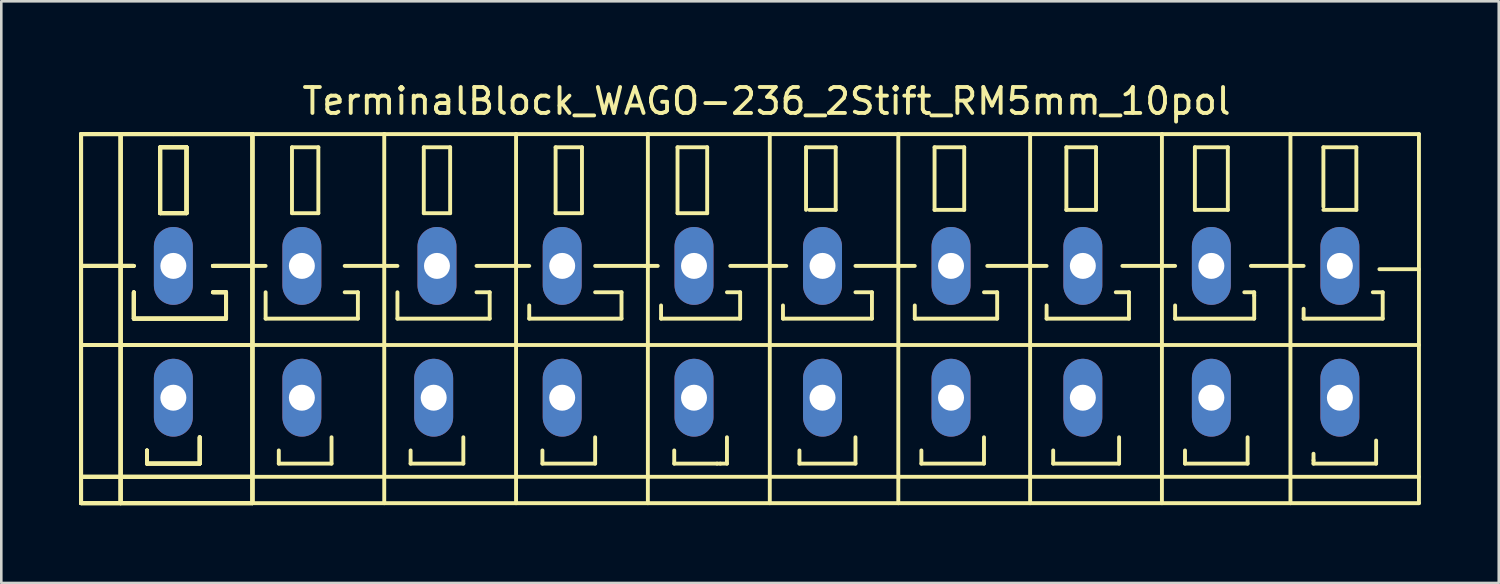
<source format=kicad_pcb>
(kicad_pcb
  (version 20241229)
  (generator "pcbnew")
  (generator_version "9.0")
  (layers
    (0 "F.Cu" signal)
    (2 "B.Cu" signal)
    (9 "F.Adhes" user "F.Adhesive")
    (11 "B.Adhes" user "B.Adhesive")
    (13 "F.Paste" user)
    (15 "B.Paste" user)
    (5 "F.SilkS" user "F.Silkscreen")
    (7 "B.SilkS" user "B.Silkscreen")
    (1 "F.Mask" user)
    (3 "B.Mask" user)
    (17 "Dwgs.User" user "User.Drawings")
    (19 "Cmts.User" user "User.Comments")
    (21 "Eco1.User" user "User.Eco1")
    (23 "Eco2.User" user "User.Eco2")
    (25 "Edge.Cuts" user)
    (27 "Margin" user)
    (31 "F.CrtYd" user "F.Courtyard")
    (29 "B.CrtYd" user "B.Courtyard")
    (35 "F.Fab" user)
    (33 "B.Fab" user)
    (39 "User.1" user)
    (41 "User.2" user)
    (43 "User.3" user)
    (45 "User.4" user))
  (footprint "TerminalBlock_WAGO-236_2Stift_RM5mm_10pol"
    (layer "F.Cu")
    (at 26.491 9.738)
    (property "Reference" "TerminalBlock_WAGO-236_2Stift_RM5mm_10pol" (at 0 -8.89 0) (layer "F.SilkS") (effects (font (size 1 1) (thickness 0.15))))
    (attr through_hole)
    (fp_line (start -26.416 -7.62) (end -24.892 -7.62) (stroke (width 0.15) (type solid)) (layer "F.SilkS"))
    (fp_line (start -26.416 -7.62) (end -24.892 -7.62) (stroke (width 0.15) (type solid)) (layer "F.SilkS"))
    (fp_line (start -26.416 -7.62) (end -24.892 -7.62) (stroke (width 0.15) (type solid)) (layer "F.SilkS"))
    (fp_line (start -26.416 -7.62) (end -24.892 -7.62) (stroke (width 0.15) (type solid)) (layer "F.SilkS"))
    (fp_line (start -26.416 -2.54) (end -24.384 -2.54) (stroke (width 0.15) (type solid)) (layer "F.SilkS"))
    (fp_line (start -26.416 -2.54) (end -24.384 -2.54) (stroke (width 0.15) (type solid)) (layer "F.SilkS"))
    (fp_line (start -26.416 -2.54) (end -24.384 -2.54) (stroke (width 0.15) (type solid)) (layer "F.SilkS"))
    (fp_line (start -26.416 -2.54) (end -24.384 -2.54) (stroke (width 0.15) (type solid)) (layer "F.SilkS"))
    (fp_line (start -26.416 0.508) (end -19.812 0.508) (stroke (width 0.15) (type solid)) (layer "F.SilkS"))
    (fp_line (start -26.416 0.508) (end -19.812 0.508) (stroke (width 0.15) (type solid)) (layer "F.SilkS"))
    (fp_line (start -26.416 0.508) (end -19.812 0.508) (stroke (width 0.15) (type solid)) (layer "F.SilkS"))
    (fp_line (start -26.416 0.508) (end -19.812 0.508) (stroke (width 0.15) (type solid)) (layer "F.SilkS"))
    (fp_line (start -26.416 5.588) (end -19.812 5.588) (stroke (width 0.15) (type solid)) (layer "F.SilkS"))
    (fp_line (start -26.416 5.588) (end -19.812 5.588) (stroke (width 0.15) (type solid)) (layer "F.SilkS"))
    (fp_line (start -26.416 5.588) (end -19.812 5.588) (stroke (width 0.15) (type solid)) (layer "F.SilkS"))
    (fp_line (start -26.416 5.588) (end -19.812 5.588) (stroke (width 0.15) (type solid)) (layer "F.SilkS"))
    (fp_line (start -26.416 6.604) (end -26.416 -7.62) (stroke (width 0.15) (type solid)) (layer "F.SilkS"))
    (fp_line (start -26.416 6.604) (end -26.416 -7.62) (stroke (width 0.15) (type solid)) (layer "F.SilkS"))
    (fp_line (start -26.416 6.604) (end -26.416 -7.62) (stroke (width 0.15) (type solid)) (layer "F.SilkS"))
    (fp_line (start -26.416 6.604) (end -26.416 -7.62) (stroke (width 0.15) (type solid)) (layer "F.SilkS"))
    (fp_line (start -24.892 -7.62) (end -22.86 -7.62) (stroke (width 0.15) (type solid)) (layer "F.SilkS"))
    (fp_line (start -24.892 -7.62) (end -22.86 -7.62) (stroke (width 0.15) (type solid)) (layer "F.SilkS"))
    (fp_line (start -24.892 -7.62) (end -22.86 -7.62) (stroke (width 0.15) (type solid)) (layer "F.SilkS"))
    (fp_line (start -24.892 -7.62) (end -22.86 -7.62) (stroke (width 0.15) (type solid)) (layer "F.SilkS"))
    (fp_line (start -24.892 6.604) (end -26.416 6.604) (stroke (width 0.15) (type solid)) (layer "F.SilkS"))
    (fp_line (start -24.892 6.604) (end -26.416 6.604) (stroke (width 0.15) (type solid)) (layer "F.SilkS"))
    (fp_line (start -24.892 6.604) (end -26.416 6.604) (stroke (width 0.15) (type solid)) (layer "F.SilkS"))
    (fp_line (start -24.892 6.604) (end -26.416 6.604) (stroke (width 0.15) (type solid)) (layer "F.SilkS"))
    (fp_line (start -24.892 6.604) (end -24.892 -7.62) (stroke (width 0.15) (type solid)) (layer "F.SilkS"))
    (fp_line (start -24.892 6.604) (end -24.892 -7.62) (stroke (width 0.15) (type solid)) (layer "F.SilkS"))
    (fp_line (start -24.892 6.604) (end -24.892 -7.62) (stroke (width 0.15) (type solid)) (layer "F.SilkS"))
    (fp_line (start -24.892 6.604) (end -24.892 -7.62) (stroke (width 0.15) (type solid)) (layer "F.SilkS"))
    (fp_line (start -24.384 -1.524) (end -24.384 -0.508) (stroke (width 0.15) (type solid)) (layer "F.SilkS"))
    (fp_line (start -24.384 -1.524) (end -24.384 -0.508) (stroke (width 0.15) (type solid)) (layer "F.SilkS"))
    (fp_line (start -24.384 -1.524) (end -24.384 -0.508) (stroke (width 0.15) (type solid)) (layer "F.SilkS"))
    (fp_line (start -24.384 -1.524) (end -24.384 -0.508) (stroke (width 0.15) (type solid)) (layer "F.SilkS"))
    (fp_line (start -24.384 -0.508) (end -20.828 -0.508) (stroke (width 0.15) (type solid)) (layer "F.SilkS"))
    (fp_line (start -24.384 -0.508) (end -20.828 -0.508) (stroke (width 0.15) (type solid)) (layer "F.SilkS"))
    (fp_line (start -24.384 -0.508) (end -20.828 -0.508) (stroke (width 0.15) (type solid)) (layer "F.SilkS"))
    (fp_line (start -24.384 -0.508) (end -20.828 -0.508) (stroke (width 0.15) (type solid)) (layer "F.SilkS"))
    (fp_line (start -23.876 4.572) (end -23.876 5.08) (stroke (width 0.15) (type solid)) (layer "F.SilkS"))
    (fp_line (start -23.876 4.572) (end -23.876 5.08) (stroke (width 0.15) (type solid)) (layer "F.SilkS"))
    (fp_line (start -23.876 4.572) (end -23.876 5.08) (stroke (width 0.15) (type solid)) (layer "F.SilkS"))
    (fp_line (start -23.876 4.572) (end -23.876 5.08) (stroke (width 0.15) (type solid)) (layer "F.SilkS"))
    (fp_line (start -23.876 5.08) (end -21.844 5.08) (stroke (width 0.15) (type solid)) (layer "F.SilkS"))
    (fp_line (start -23.876 5.08) (end -21.844 5.08) (stroke (width 0.15) (type solid)) (layer "F.SilkS"))
    (fp_line (start -23.876 5.08) (end -21.844 5.08) (stroke (width 0.15) (type solid)) (layer "F.SilkS"))
    (fp_line (start -23.876 5.08) (end -21.844 5.08) (stroke (width 0.15) (type solid)) (layer "F.SilkS"))
    (fp_line (start -23.368 -7.112) (end -22.352 -7.112) (stroke (width 0.15) (type solid)) (layer "F.SilkS"))
    (fp_line (start -23.368 -7.112) (end -22.352 -7.112) (stroke (width 0.15) (type solid)) (layer "F.SilkS"))
    (fp_line (start -23.368 -7.112) (end -22.352 -7.112) (stroke (width 0.15) (type solid)) (layer "F.SilkS"))
    (fp_line (start -23.368 -7.112) (end -22.352 -7.112) (stroke (width 0.15) (type solid)) (layer "F.SilkS"))
    (fp_line (start -23.368 -4.572) (end -23.368 -7.112) (stroke (width 0.15) (type solid)) (layer "F.SilkS"))
    (fp_line (start -23.368 -4.572) (end -23.368 -7.112) (stroke (width 0.15) (type solid)) (layer "F.SilkS"))
    (fp_line (start -23.368 -4.572) (end -23.368 -7.112) (stroke (width 0.15) (type solid)) (layer "F.SilkS"))
    (fp_line (start -23.368 -4.572) (end -23.368 -7.112) (stroke (width 0.15) (type solid)) (layer "F.SilkS"))
    (fp_line (start -22.86 -7.62) (end -19.812 -7.62) (stroke (width 0.15) (type solid)) (layer "F.SilkS"))
    (fp_line (start -22.86 -7.62) (end -19.812 -7.62) (stroke (width 0.15) (type solid)) (layer "F.SilkS"))
    (fp_line (start -22.86 -7.62) (end -19.812 -7.62) (stroke (width 0.15) (type solid)) (layer "F.SilkS"))
    (fp_line (start -22.86 -7.62) (end -19.812 -7.62) (stroke (width 0.15) (type solid)) (layer "F.SilkS"))
    (fp_line (start -22.352 -7.112) (end -22.352 -4.572) (stroke (width 0.15) (type solid)) (layer "F.SilkS"))
    (fp_line (start -22.352 -7.112) (end -22.352 -4.572) (stroke (width 0.15) (type solid)) (layer "F.SilkS"))
    (fp_line (start -22.352 -7.112) (end -22.352 -4.572) (stroke (width 0.15) (type solid)) (layer "F.SilkS"))
    (fp_line (start -22.352 -7.112) (end -22.352 -4.572) (stroke (width 0.15) (type solid)) (layer "F.SilkS"))
    (fp_line (start -22.352 -4.572) (end -23.368 -4.572) (stroke (width 0.15) (type solid)) (layer "F.SilkS"))
    (fp_line (start -22.352 -4.572) (end -23.368 -4.572) (stroke (width 0.15) (type solid)) (layer "F.SilkS"))
    (fp_line (start -22.352 -4.572) (end -23.368 -4.572) (stroke (width 0.15) (type solid)) (layer "F.SilkS"))
    (fp_line (start -22.352 -4.572) (end -23.368 -4.572) (stroke (width 0.15) (type solid)) (layer "F.SilkS"))
    (fp_line (start -21.844 5.08) (end -21.844 4.064) (stroke (width 0.15) (type solid)) (layer "F.SilkS"))
    (fp_line (start -21.844 5.08) (end -21.844 4.064) (stroke (width 0.15) (type solid)) (layer "F.SilkS"))
    (fp_line (start -21.844 5.08) (end -21.844 4.064) (stroke (width 0.15) (type solid)) (layer "F.SilkS"))
    (fp_line (start -21.844 5.08) (end -21.844 4.064) (stroke (width 0.15) (type solid)) (layer "F.SilkS"))
    (fp_line (start -21.336 -2.54) (end -19.812 -2.54) (stroke (width 0.15) (type solid)) (layer "F.SilkS"))
    (fp_line (start -21.336 -2.54) (end -19.812 -2.54) (stroke (width 0.15) (type solid)) (layer "F.SilkS"))
    (fp_line (start -21.336 -2.54) (end -19.812 -2.54) (stroke (width 0.15) (type solid)) (layer "F.SilkS"))
    (fp_line (start -21.336 -2.54) (end -19.812 -2.54) (stroke (width 0.15) (type solid)) (layer "F.SilkS"))
    (fp_line (start -20.828 -1.524) (end -21.336 -1.524) (stroke (width 0.15) (type solid)) (layer "F.SilkS"))
    (fp_line (start -20.828 -1.524) (end -21.336 -1.524) (stroke (width 0.15) (type solid)) (layer "F.SilkS"))
    (fp_line (start -20.828 -1.524) (end -21.336 -1.524) (stroke (width 0.15) (type solid)) (layer "F.SilkS"))
    (fp_line (start -20.828 -1.524) (end -21.336 -1.524) (stroke (width 0.15) (type solid)) (layer "F.SilkS"))
    (fp_line (start -20.828 -0.508) (end -20.828 -1.524) (stroke (width 0.15) (type solid)) (layer "F.SilkS"))
    (fp_line (start -20.828 -0.508) (end -20.828 -1.524) (stroke (width 0.15) (type solid)) (layer "F.SilkS"))
    (fp_line (start -20.828 -0.508) (end -20.828 -1.524) (stroke (width 0.15) (type solid)) (layer "F.SilkS"))
    (fp_line (start -20.828 -0.508) (end -20.828 -1.524) (stroke (width 0.15) (type solid)) (layer "F.SilkS"))
    (fp_line (start -19.812 -7.62) (end -19.812 6.604) (stroke (width 0.15) (type solid)) (layer "F.SilkS"))
    (fp_line (start -19.812 -7.62) (end -19.812 6.604) (stroke (width 0.15) (type solid)) (layer "F.SilkS"))
    (fp_line (start -19.812 -7.62) (end -19.812 6.604) (stroke (width 0.15) (type solid)) (layer "F.SilkS"))
    (fp_line (start -19.812 -7.62) (end -19.812 6.604) (stroke (width 0.15) (type solid)) (layer "F.SilkS"))
    (fp_line (start -19.812 -2.54) (end -19.304 -2.54) (stroke (width 0.15) (type solid)) (layer "F.SilkS"))
    (fp_line (start -19.812 0.508) (end -14.732 0.508) (stroke (width 0.15) (type solid)) (layer "F.SilkS"))
    (fp_line (start -19.812 5.588) (end -14.732 5.588) (stroke (width 0.15) (type solid)) (layer "F.SilkS"))
    (fp_line (start -19.812 6.604) (end -24.892 6.604) (stroke (width 0.15) (type solid)) (layer "F.SilkS"))
    (fp_line (start -19.812 6.604) (end -24.892 6.604) (stroke (width 0.15) (type solid)) (layer "F.SilkS"))
    (fp_line (start -19.812 6.604) (end -24.892 6.604) (stroke (width 0.15) (type solid)) (layer "F.SilkS"))
    (fp_line (start -19.812 6.604) (end -24.892 6.604) (stroke (width 0.15) (type solid)) (layer "F.SilkS"))
    (fp_line (start -19.812 6.604) (end -14.732 6.604) (stroke (width 0.15) (type solid)) (layer "F.SilkS"))
    (fp_line (start -19.304 -1.524) (end -19.304 -0.508) (stroke (width 0.15) (type solid)) (layer "F.SilkS"))
    (fp_line (start -19.304 -0.508) (end -15.748 -0.508) (stroke (width 0.15) (type solid)) (layer "F.SilkS"))
    (fp_line (start -18.796 4.572) (end -18.796 5.08) (stroke (width 0.15) (type solid)) (layer "F.SilkS"))
    (fp_line (start -18.796 5.08) (end -16.764 5.08) (stroke (width 0.15) (type solid)) (layer "F.SilkS"))
    (fp_line (start -18.288 -7.112) (end -18.288 -4.572) (stroke (width 0.15) (type solid)) (layer "F.SilkS"))
    (fp_line (start -18.288 -4.572) (end -17.272 -4.572) (stroke (width 0.15) (type solid)) (layer "F.SilkS"))
    (fp_line (start -17.272 -7.112) (end -18.288 -7.112) (stroke (width 0.15) (type solid)) (layer "F.SilkS"))
    (fp_line (start -17.272 -4.572) (end -17.272 -7.112) (stroke (width 0.15) (type solid)) (layer "F.SilkS"))
    (fp_line (start -16.764 5.08) (end -16.764 4.064) (stroke (width 0.15) (type solid)) (layer "F.SilkS"))
    (fp_line (start -16.256 -2.54) (end -14.732 -2.54) (stroke (width 0.15) (type solid)) (layer "F.SilkS"))
    (fp_line (start -15.748 -1.524) (end -16.256 -1.524) (stroke (width 0.15) (type solid)) (layer "F.SilkS"))
    (fp_line (start -15.748 -0.508) (end -15.748 -1.524) (stroke (width 0.15) (type solid)) (layer "F.SilkS"))
    (fp_line (start -14.732 -7.62) (end -19.812 -7.62) (stroke (width 0.15) (type solid)) (layer "F.SilkS"))
    (fp_line (start -14.732 -2.54) (end -14.224 -2.54) (stroke (width 0.15) (type solid)) (layer "F.SilkS"))
    (fp_line (start -14.732 0.508) (end -9.652 0.508) (stroke (width 0.15) (type solid)) (layer "F.SilkS"))
    (fp_line (start -14.732 5.588) (end -9.652 5.588) (stroke (width 0.15) (type solid)) (layer "F.SilkS"))
    (fp_line (start -14.732 6.604) (end -14.732 -7.62) (stroke (width 0.15) (type solid)) (layer "F.SilkS"))
    (fp_line (start -14.732 6.604) (end -9.652 6.604) (stroke (width 0.15) (type solid)) (layer "F.SilkS"))
    (fp_line (start -14.224 -1.524) (end -14.224 -0.508) (stroke (width 0.15) (type solid)) (layer "F.SilkS"))
    (fp_line (start -14.224 -0.508) (end -10.668 -0.508) (stroke (width 0.15) (type solid)) (layer "F.SilkS"))
    (fp_line (start -13.716 4.572) (end -13.716 5.08) (stroke (width 0.15) (type solid)) (layer "F.SilkS"))
    (fp_line (start -13.716 5.08) (end -11.684 5.08) (stroke (width 0.15) (type solid)) (layer "F.SilkS"))
    (fp_line (start -13.208 -7.112) (end -13.208 -4.572) (stroke (width 0.15) (type solid)) (layer "F.SilkS"))
    (fp_line (start -13.208 -4.572) (end -12.192 -4.572) (stroke (width 0.15) (type solid)) (layer "F.SilkS"))
    (fp_line (start -12.192 -7.112) (end -13.208 -7.112) (stroke (width 0.15) (type solid)) (layer "F.SilkS"))
    (fp_line (start -12.192 -4.572) (end -12.192 -7.112) (stroke (width 0.15) (type solid)) (layer "F.SilkS"))
    (fp_line (start -11.684 5.08) (end -11.684 4.064) (stroke (width 0.15) (type solid)) (layer "F.SilkS"))
    (fp_line (start -11.176 -2.54) (end -9.652 -2.54) (stroke (width 0.15) (type solid)) (layer "F.SilkS"))
    (fp_line (start -10.668 -1.524) (end -11.176 -1.524) (stroke (width 0.15) (type solid)) (layer "F.SilkS"))
    (fp_line (start -10.668 -0.508) (end -10.668 -1.524) (stroke (width 0.15) (type solid)) (layer "F.SilkS"))
    (fp_line (start -9.652 -7.62) (end -14.732 -7.62) (stroke (width 0.15) (type solid)) (layer "F.SilkS"))
    (fp_line (start -9.652 -2.54) (end -9.144 -2.54) (stroke (width 0.15) (type solid)) (layer "F.SilkS"))
    (fp_line (start -9.652 0.508) (end -4.572 0.508) (stroke (width 0.15) (type solid)) (layer "F.SilkS"))
    (fp_line (start -9.652 5.588) (end -4.572 5.588) (stroke (width 0.15) (type solid)) (layer "F.SilkS"))
    (fp_line (start -9.652 6.604) (end -9.652 -7.62) (stroke (width 0.15) (type solid)) (layer "F.SilkS"))
    (fp_line (start -9.652 6.604) (end -4.572 6.604) (stroke (width 0.15) (type solid)) (layer "F.SilkS"))
    (fp_line (start -9.144 -1.016) (end -9.144 -0.508) (stroke (width 0.15) (type solid)) (layer "F.SilkS"))
    (fp_line (start -9.144 -0.508) (end -5.588 -0.508) (stroke (width 0.15) (type solid)) (layer "F.SilkS"))
    (fp_line (start -8.636 4.572) (end -8.636 5.08) (stroke (width 0.15) (type solid)) (layer "F.SilkS"))
    (fp_line (start -8.636 5.08) (end -6.604 5.08) (stroke (width 0.15) (type solid)) (layer "F.SilkS"))
    (fp_line (start -8.128 -7.112) (end -8.128 -4.572) (stroke (width 0.15) (type solid)) (layer "F.SilkS"))
    (fp_line (start -8.128 -4.572) (end -7.112 -4.572) (stroke (width 0.15) (type solid)) (layer "F.SilkS"))
    (fp_line (start -7.112 -7.112) (end -8.128 -7.112) (stroke (width 0.15) (type solid)) (layer "F.SilkS"))
    (fp_line (start -7.112 -4.572) (end -7.112 -7.112) (stroke (width 0.15) (type solid)) (layer "F.SilkS"))
    (fp_line (start -6.604 -2.54) (end -4.572 -2.54) (stroke (width 0.15) (type solid)) (layer "F.SilkS"))
    (fp_line (start -6.604 5.08) (end -6.604 4.064) (stroke (width 0.15) (type solid)) (layer "F.SilkS"))
    (fp_line (start -5.588 -1.524) (end -6.604 -1.524) (stroke (width 0.15) (type solid)) (layer "F.SilkS"))
    (fp_line (start -5.588 -0.508) (end -5.588 -1.524) (stroke (width 0.15) (type solid)) (layer "F.SilkS"))
    (fp_line (start -4.699 -2.54) (end -4.191 -2.54) (stroke (width 0.15) (type solid)) (layer "F.SilkS"))
    (fp_line (start -4.572 -7.62) (end -9.652 -7.62) (stroke (width 0.15) (type solid)) (layer "F.SilkS"))
    (fp_line (start -4.572 0.508) (end 0.127 0.508) (stroke (width 0.15) (type solid)) (layer "F.SilkS"))
    (fp_line (start -4.572 5.588) (end 0.127 5.588) (stroke (width 0.15) (type solid)) (layer "F.SilkS"))
    (fp_line (start -4.572 6.604) (end -4.572 -7.62) (stroke (width 0.15) (type solid)) (layer "F.SilkS"))
    (fp_line (start -4.572 6.604) (end 0.127 6.604) (stroke (width 0.15) (type solid)) (layer "F.SilkS"))
    (fp_line (start -4.064 -1.016) (end -4.064 -0.508) (stroke (width 0.15) (type solid)) (layer "F.SilkS"))
    (fp_line (start -4.064 -0.508) (end -1.016 -0.508) (stroke (width 0.15) (type solid)) (layer "F.SilkS"))
    (fp_line (start -3.556 4.572) (end -3.556 5.08) (stroke (width 0.15) (type solid)) (layer "F.SilkS"))
    (fp_line (start -3.556 5.08) (end -1.905 5.08) (stroke (width 0.15) (type solid)) (layer "F.SilkS"))
    (fp_line (start -3.429 -7.112) (end -2.286 -7.112) (stroke (width 0.15) (type solid)) (layer "F.SilkS"))
    (fp_line (start -3.429 -4.572) (end -3.429 -7.112) (stroke (width 0.15) (type solid)) (layer "F.SilkS"))
    (fp_line (start -2.286 -7.112) (end -2.286 -4.572) (stroke (width 0.15) (type solid)) (layer "F.SilkS"))
    (fp_line (start -2.286 -4.572) (end -3.429 -4.572) (stroke (width 0.15) (type solid)) (layer "F.SilkS"))
    (fp_line (start -1.905 5.08) (end -1.778 5.08) (stroke (width 0.15) (type solid)) (layer "F.SilkS"))
    (fp_line (start -1.778 5.08) (end -1.524 5.08) (stroke (width 0.15) (type solid)) (layer "F.SilkS"))
    (fp_line (start -1.524 5.08) (end -1.524 4.064) (stroke (width 0.15) (type solid)) (layer "F.SilkS"))
    (fp_line (start -1.397 -2.54) (end 0.127 -2.54) (stroke (width 0.15) (type solid)) (layer "F.SilkS"))
    (fp_line (start -1.016 -1.524) (end -1.524 -1.524) (stroke (width 0.15) (type solid)) (layer "F.SilkS"))
    (fp_line (start -1.016 -0.508) (end -1.016 -1.524) (stroke (width 0.15) (type solid)) (layer "F.SilkS"))
    (fp_line (start 0.127 -7.62) (end -4.572 -7.62) (stroke (width 0.15) (type solid)) (layer "F.SilkS"))
    (fp_line (start 0.127 -2.54) (end 0.762 -2.54) (stroke (width 0.15) (type solid)) (layer "F.SilkS"))
    (fp_line (start 0.127 0.508) (end 5.08 0.508) (stroke (width 0.15) (type solid)) (layer "F.SilkS"))
    (fp_line (start 0.127 5.588) (end 5.08 5.588) (stroke (width 0.15) (type solid)) (layer "F.SilkS"))
    (fp_line (start 0.127 6.604) (end 0.127 -7.62) (stroke (width 0.15) (type solid)) (layer "F.SilkS"))
    (fp_line (start 0.127 6.604) (end 5.08 6.604) (stroke (width 0.15) (type solid)) (layer "F.SilkS"))
    (fp_line (start 0.635 -1.016) (end 0.635 -0.508) (stroke (width 0.15) (type solid)) (layer "F.SilkS"))
    (fp_line (start 0.635 -0.508) (end 4.064 -0.508) (stroke (width 0.15) (type solid)) (layer "F.SilkS"))
    (fp_line (start 1.27 4.572) (end 1.27 5.08) (stroke (width 0.15) (type solid)) (layer "F.SilkS"))
    (fp_line (start 1.27 5.08) (end 3.429 5.08) (stroke (width 0.15) (type solid)) (layer "F.SilkS"))
    (fp_line (start 1.524 -7.112) (end 1.524 -4.699) (stroke (width 0.15) (type solid)) (layer "F.SilkS"))
    (fp_line (start 1.651 -4.699) (end 2.667 -4.699) (stroke (width 0.15) (type solid)) (layer "F.SilkS"))
    (fp_line (start 2.667 -7.112) (end 1.524 -7.112) (stroke (width 0.15) (type solid)) (layer "F.SilkS"))
    (fp_line (start 2.667 -4.699) (end 2.667 -7.112) (stroke (width 0.15) (type solid)) (layer "F.SilkS"))
    (fp_line (start 3.429 -2.54) (end 5.08 -2.54) (stroke (width 0.15) (type solid)) (layer "F.SilkS"))
    (fp_line (start 3.429 5.08) (end 3.429 4.064) (stroke (width 0.15) (type solid)) (layer "F.SilkS"))
    (fp_line (start 4.064 -1.524) (end 3.429 -1.524) (stroke (width 0.15) (type solid)) (layer "F.SilkS"))
    (fp_line (start 4.064 -0.508) (end 4.064 -1.524) (stroke (width 0.15) (type solid)) (layer "F.SilkS"))
    (fp_line (start 5.08 -7.62) (end 0.127 -7.62) (stroke (width 0.15) (type solid)) (layer "F.SilkS"))
    (fp_line (start 5.08 -2.54) (end 5.715 -2.54) (stroke (width 0.15) (type solid)) (layer "F.SilkS"))
    (fp_line (start 5.08 0.508) (end 10.16 0.508) (stroke (width 0.15) (type solid)) (layer "F.SilkS"))
    (fp_line (start 5.08 5.588) (end 10.16 5.588) (stroke (width 0.15) (type solid)) (layer "F.SilkS"))
    (fp_line (start 5.08 6.604) (end 5.08 -7.62) (stroke (width 0.15) (type solid)) (layer "F.SilkS"))
    (fp_line (start 5.08 6.604) (end 10.16 6.604) (stroke (width 0.15) (type solid)) (layer "F.SilkS"))
    (fp_line (start 5.715 -1.016) (end 5.715 -0.508) (stroke (width 0.15) (type solid)) (layer "F.SilkS"))
    (fp_line (start 5.715 -0.508) (end 8.89 -0.508) (stroke (width 0.15) (type solid)) (layer "F.SilkS"))
    (fp_line (start 5.969 4.572) (end 5.969 5.08) (stroke (width 0.15) (type solid)) (layer "F.SilkS"))
    (fp_line (start 5.969 5.08) (end 8.382 5.08) (stroke (width 0.15) (type solid)) (layer "F.SilkS"))
    (fp_line (start 6.477 -7.112) (end 6.477 -4.699) (stroke (width 0.15) (type solid)) (layer "F.SilkS"))
    (fp_line (start 6.477 -4.699) (end 7.62 -4.699) (stroke (width 0.15) (type solid)) (layer "F.SilkS"))
    (fp_line (start 7.62 -7.112) (end 6.477 -7.112) (stroke (width 0.15) (type solid)) (layer "F.SilkS"))
    (fp_line (start 7.62 -4.699) (end 7.62 -7.112) (stroke (width 0.15) (type solid)) (layer "F.SilkS"))
    (fp_line (start 8.382 5.08) (end 8.382 4.064) (stroke (width 0.15) (type solid)) (layer "F.SilkS"))
    (fp_line (start 8.509 -2.54) (end 10.16 -2.54) (stroke (width 0.15) (type solid)) (layer "F.SilkS"))
    (fp_line (start 8.89 -1.524) (end 8.382 -1.524) (stroke (width 0.15) (type solid)) (layer "F.SilkS"))
    (fp_line (start 8.89 -0.508) (end 8.89 -1.524) (stroke (width 0.15) (type solid)) (layer "F.SilkS"))
    (fp_line (start 10.16 -7.62) (end 5.08 -7.62) (stroke (width 0.15) (type solid)) (layer "F.SilkS"))
    (fp_line (start 10.16 -2.54) (end 10.795 -2.54) (stroke (width 0.15) (type solid)) (layer "F.SilkS"))
    (fp_line (start 10.16 0.508) (end 15.24 0.508) (stroke (width 0.15) (type solid)) (layer "F.SilkS"))
    (fp_line (start 10.16 5.588) (end 15.24 5.588) (stroke (width 0.15) (type solid)) (layer "F.SilkS"))
    (fp_line (start 10.16 6.604) (end 10.16 -7.62) (stroke (width 0.15) (type solid)) (layer "F.SilkS"))
    (fp_line (start 10.16 6.604) (end 15.24 6.604) (stroke (width 0.15) (type solid)) (layer "F.SilkS"))
    (fp_line (start 10.795 -1.016) (end 10.795 -0.508) (stroke (width 0.15) (type solid)) (layer "F.SilkS"))
    (fp_line (start 10.795 -0.508) (end 13.97 -0.508) (stroke (width 0.15) (type solid)) (layer "F.SilkS"))
    (fp_line (start 11.049 4.572) (end 11.049 5.08) (stroke (width 0.15) (type solid)) (layer "F.SilkS"))
    (fp_line (start 11.049 5.08) (end 13.589 5.08) (stroke (width 0.15) (type solid)) (layer "F.SilkS"))
    (fp_line (start 11.557 -7.112) (end 11.557 -4.699) (stroke (width 0.15) (type solid)) (layer "F.SilkS"))
    (fp_line (start 11.557 -4.699) (end 12.7 -4.699) (stroke (width 0.15) (type solid)) (layer "F.SilkS"))
    (fp_line (start 12.7 -7.112) (end 11.557 -7.112) (stroke (width 0.15) (type solid)) (layer "F.SilkS"))
    (fp_line (start 12.7 -4.699) (end 12.7 -7.112) (stroke (width 0.15) (type solid)) (layer "F.SilkS"))
    (fp_line (start 13.589 5.08) (end 13.589 4.064) (stroke (width 0.15) (type solid)) (layer "F.SilkS"))
    (fp_line (start 13.716 -2.54) (end 15.24 -2.54) (stroke (width 0.15) (type solid)) (layer "F.SilkS"))
    (fp_line (start 13.97 -1.524) (end 13.462 -1.524) (stroke (width 0.15) (type solid)) (layer "F.SilkS"))
    (fp_line (start 13.97 -0.508) (end 13.97 -1.524) (stroke (width 0.15) (type solid)) (layer "F.SilkS"))
    (fp_line (start 15.24 -7.62) (end 10.16 -7.62) (stroke (width 0.15) (type solid)) (layer "F.SilkS"))
    (fp_line (start 15.24 -2.54) (end 15.748 -2.54) (stroke (width 0.15) (type solid)) (layer "F.SilkS"))
    (fp_line (start 15.24 0.508) (end 20.193 0.508) (stroke (width 0.15) (type solid)) (layer "F.SilkS"))
    (fp_line (start 15.24 5.588) (end 20.193 5.588) (stroke (width 0.15) (type solid)) (layer "F.SilkS"))
    (fp_line (start 15.24 6.604) (end 15.24 -7.62) (stroke (width 0.15) (type solid)) (layer "F.SilkS"))
    (fp_line (start 15.24 6.604) (end 20.193 6.604) (stroke (width 0.15) (type solid)) (layer "F.SilkS"))
    (fp_line (start 15.748 -1.016) (end 15.748 -0.508) (stroke (width 0.15) (type solid)) (layer "F.SilkS"))
    (fp_line (start 15.748 -0.508) (end 18.796 -0.508) (stroke (width 0.15) (type solid)) (layer "F.SilkS"))
    (fp_line (start 16.129 4.572) (end 16.129 5.08) (stroke (width 0.15) (type solid)) (layer "F.SilkS"))
    (fp_line (start 16.129 5.08) (end 18.542 5.08) (stroke (width 0.15) (type solid)) (layer "F.SilkS"))
    (fp_line (start 16.51 -7.112) (end 16.51 -4.699) (stroke (width 0.15) (type solid)) (layer "F.SilkS"))
    (fp_line (start 16.51 -4.699) (end 17.78 -4.699) (stroke (width 0.15) (type solid)) (layer "F.SilkS"))
    (fp_line (start 17.78 -7.112) (end 16.51 -7.112) (stroke (width 0.15) (type solid)) (layer "F.SilkS"))
    (fp_line (start 17.78 -4.699) (end 17.78 -7.112) (stroke (width 0.15) (type solid)) (layer "F.SilkS"))
    (fp_line (start 18.542 5.08) (end 18.542 4.064) (stroke (width 0.15) (type solid)) (layer "F.SilkS"))
    (fp_line (start 18.669 -2.54) (end 20.193 -2.54) (stroke (width 0.15) (type solid)) (layer "F.SilkS"))
    (fp_line (start 18.796 -1.524) (end 18.415 -1.524) (stroke (width 0.15) (type solid)) (layer "F.SilkS"))
    (fp_line (start 18.796 -1.397) (end 18.796 -1.524) (stroke (width 0.15) (type solid)) (layer "F.SilkS"))
    (fp_line (start 18.796 -0.508) (end 18.796 -1.397) (stroke (width 0.15) (type solid)) (layer "F.SilkS"))
    (fp_line (start 20.193 -7.62) (end 15.24 -7.62) (stroke (width 0.15) (type solid)) (layer "F.SilkS"))
    (fp_line (start 20.193 -2.54) (end 20.701 -2.54) (stroke (width 0.15) (type solid)) (layer "F.SilkS"))
    (fp_line (start 20.193 0.508) (end 25.146 0.508) (stroke (width 0.15) (type solid)) (layer "F.SilkS"))
    (fp_line (start 20.193 5.588) (end 25.146 5.588) (stroke (width 0.15) (type solid)) (layer "F.SilkS"))
    (fp_line (start 20.193 6.604) (end 20.193 -7.62) (stroke (width 0.15) (type solid)) (layer "F.SilkS"))
    (fp_line (start 20.193 6.604) (end 25.146 6.604) (stroke (width 0.15) (type solid)) (layer "F.SilkS"))
    (fp_line (start 20.701 -0.889) (end 20.701 -0.508) (stroke (width 0.15) (type solid)) (layer "F.SilkS"))
    (fp_line (start 20.701 -0.508) (end 23.749 -0.508) (stroke (width 0.15) (type solid)) (layer "F.SilkS"))
    (fp_line (start 21.082 4.699) (end 21.082 4.953) (stroke (width 0.15) (type solid)) (layer "F.SilkS"))
    (fp_line (start 21.082 4.953) (end 21.082 5.08) (stroke (width 0.15) (type solid)) (layer "F.SilkS"))
    (fp_line (start 21.082 5.08) (end 23.495 5.08) (stroke (width 0.15) (type solid)) (layer "F.SilkS"))
    (fp_line (start 21.463 -7.112) (end 21.463 -4.826) (stroke (width 0.15) (type solid)) (layer "F.SilkS"))
    (fp_line (start 21.463 -4.699) (end 22.733 -4.699) (stroke (width 0.15) (type solid)) (layer "F.SilkS"))
    (fp_line (start 22.733 -7.112) (end 21.463 -7.112) (stroke (width 0.15) (type solid)) (layer "F.SilkS"))
    (fp_line (start 22.733 -4.699) (end 22.733 -7.112) (stroke (width 0.15) (type solid)) (layer "F.SilkS"))
    (fp_line (start 23.495 5.08) (end 23.495 4.191) (stroke (width 0.15) (type solid)) (layer "F.SilkS"))
    (fp_line (start 23.622 -2.413) (end 25.146 -2.413) (stroke (width 0.15) (type solid)) (layer "F.SilkS"))
    (fp_line (start 23.749 -1.524) (end 23.368 -1.524) (stroke (width 0.15) (type solid)) (layer "F.SilkS"))
    (fp_line (start 23.749 -0.508) (end 23.749 -1.524) (stroke (width 0.15) (type solid)) (layer "F.SilkS"))
    (fp_line (start 25.146 -7.62) (end 20.193 -7.62) (stroke (width 0.15) (type solid)) (layer "F.SilkS"))
    (fp_line (start 25.146 6.604) (end 25.146 -7.62) (stroke (width 0.15) (type solid)) (layer "F.SilkS"))
    (pad "1" thru_hole oval (at -22.86 -2.54 90) (size 3 1.501) (drill 1.001) (layers "*.Cu" "*.Mask"))
    (pad "1" thru_hole oval (at -22.86 2.54 90) (size 3 1.501) (drill 1.001) (layers "*.Cu" "*.Mask"))
    (pad "2" thru_hole oval (at -17.907 -2.54 90) (size 3 1.501) (drill 1.001) (layers "*.Cu" "*.Mask"))
    (pad "2" thru_hole oval (at -17.907 2.54 90) (size 3 1.501) (drill 1.001) (layers "*.Cu" "*.Mask"))
    (pad "3" thru_hole oval (at -12.827 2.54 90) (size 3 1.501) (drill 1.001) (layers "*.Cu" "*.Mask"))
    (pad "3" thru_hole oval (at -12.7 -2.54 90) (size 3 1.501) (drill 1.001) (layers "*.Cu" "*.Mask"))
    (pad "4" thru_hole oval (at -7.874 -2.54 90) (size 3 1.501) (drill 1.001) (layers "*.Cu" "*.Mask"))
    (pad "4" thru_hole oval (at -7.874 2.54 90) (size 3 1.501) (drill 1.001) (layers "*.Cu" "*.Mask"))
    (pad "5" thru_hole oval (at -2.794 -2.54 90) (size 3 1.501) (drill 1.001) (layers "*.Cu" "*.Mask"))
    (pad "5" thru_hole oval (at -2.794 2.54 90) (size 3 1.501) (drill 1.001) (layers "*.Cu" "*.Mask"))
    (pad "6" thru_hole oval (at 2.159 -2.54 90) (size 3 1.501) (drill 1.001) (layers "*.Cu" "*.Mask"))
    (pad "6" thru_hole oval (at 2.159 2.54 90) (size 3 1.501) (drill 1.001) (layers "*.Cu" "*.Mask"))
    (pad "7" thru_hole oval (at 7.112 -2.54 90) (size 3 1.501) (drill 1.001) (layers "*.Cu" "*.Mask"))
    (pad "7" thru_hole oval (at 7.112 2.54 90) (size 3 1.501) (drill 1.001) (layers "*.Cu" "*.Mask"))
    (pad "8" thru_hole oval (at 12.192 -2.54 90) (size 3 1.501) (drill 1.001) (layers "*.Cu" "*.Mask"))
    (pad "8" thru_hole oval (at 12.192 2.54 90) (size 3 1.501) (drill 1.001) (layers "*.Cu" "*.Mask"))
    (pad "9" thru_hole oval (at 17.145 -2.54 90) (size 3 1.501) (drill 1.001) (layers "*.Cu" "*.Mask"))
    (pad "9" thru_hole oval (at 17.145 2.54 90) (size 3 1.501) (drill 1.001) (layers "*.Cu" "*.Mask"))
    (pad "10" thru_hole oval (at 22.098 -2.54 90) (size 3 1.501) (drill 1.001) (layers "*.Cu" "*.Mask"))
    (pad "10" thru_hole oval (at 22.098 2.54 90) (size 3 1.501) (drill 1.001) (layers "*.Cu" "*.Mask")))
  (gr_rect
    (start -3 -3)
    (end 54.712 19.417)
    (stroke (width 0.1) (type default))
    (fill no)
    (layer "Edge.Cuts")))
</source>
